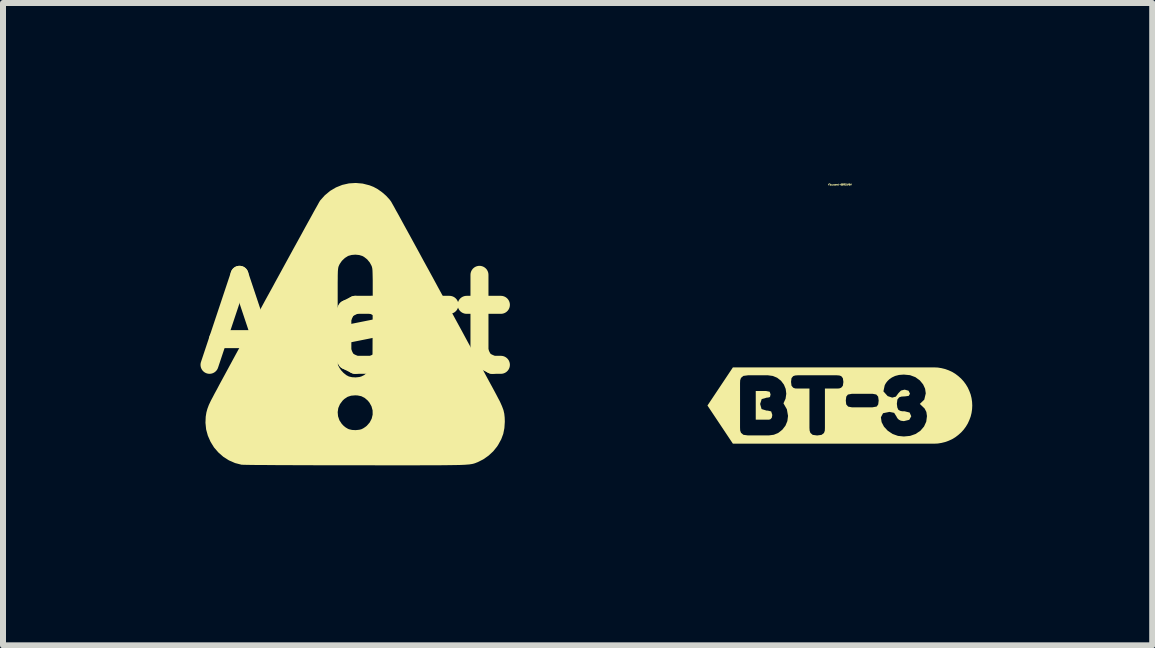
<source format=kicad_pcb>
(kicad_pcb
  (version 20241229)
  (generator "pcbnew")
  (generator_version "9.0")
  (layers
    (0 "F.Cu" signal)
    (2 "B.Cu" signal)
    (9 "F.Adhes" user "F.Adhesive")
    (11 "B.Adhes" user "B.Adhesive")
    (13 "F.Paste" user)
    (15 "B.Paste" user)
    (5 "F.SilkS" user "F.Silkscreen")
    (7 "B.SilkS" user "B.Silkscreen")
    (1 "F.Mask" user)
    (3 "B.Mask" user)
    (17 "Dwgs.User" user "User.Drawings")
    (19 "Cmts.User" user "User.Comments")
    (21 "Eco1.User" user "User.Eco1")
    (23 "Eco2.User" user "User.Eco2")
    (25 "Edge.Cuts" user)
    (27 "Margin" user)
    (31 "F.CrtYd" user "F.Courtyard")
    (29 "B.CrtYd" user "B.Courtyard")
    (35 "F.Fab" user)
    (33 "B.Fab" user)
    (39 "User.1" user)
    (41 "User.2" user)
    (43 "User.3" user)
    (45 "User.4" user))
  (footprint "Alert"
    (layer "F.Cu")
    (at 2.871 2.353)
    (property "Reference" "Alert" (at 0 0 180) (layer "F.SilkS") (effects (font (size 1.5 1.5) (thickness 0.3))))
    (attr board_only exclude_from_pos_files exclude_from_bom)
    (fp_poly (pts (xy 0.124 -2.343) (xy 0.238 -2.314) (xy 0.305 -2.288) (xy 0.375 -2.25) (xy 0.447 -2.199) (xy 0.515 -2.14) (xy 0.573 -2.077) (xy 0.596 -2.046) (xy 0.604 -2.033) (xy 0.62 -2.004) (xy 0.645 -1.96) (xy 0.677 -1.901) (xy 0.717 -1.83) (xy 0.763 -1.746) (xy 0.814 -1.652) (xy 0.872 -1.547) (xy 0.934 -1.434) (xy 1 -1.313) (xy 1.07 -1.185) (xy 1.143 -1.05) (xy 1.219 -0.912) (xy 1.297 -0.769) (xy 1.376 -0.623) (xy 1.456 -0.476) (xy 1.537 -0.328) (xy 1.617 -0.181) (xy 1.697 -0.034) (xy 1.775 0.109) (xy 1.851 0.25) (xy 1.925 0.386) (xy 1.996 0.516) (xy 2.063 0.64) (xy 2.126 0.757) (xy 2.184 0.865) (xy 2.237 0.963) (xy 2.285 1.051) (xy 2.326 1.127) (xy 2.36 1.191) (xy 2.386 1.241) (xy 2.405 1.276) (xy 2.414 1.294) (xy 2.447 1.368) (xy 2.471 1.432) (xy 2.485 1.493) (xy 2.492 1.558) (xy 2.494 1.627) (xy 2.487 1.733) (xy 2.468 1.829) (xy 2.434 1.92) (xy 2.384 2.011) (xy 2.364 2.042) (xy 2.3 2.121) (xy 2.222 2.193) (xy 2.135 2.254) (xy 2.044 2.3) (xy 2.039 2.302) (xy 2.023 2.308) (xy 2.009 2.314) (xy 1.995 2.319) (xy 1.98 2.324) (xy 1.964 2.328) (xy 1.946 2.332) (xy 1.925 2.335) (xy 1.9 2.339) (xy 1.87 2.341) (xy 1.835 2.344) (xy 1.793 2.346) (xy 1.743 2.348) (xy 1.686 2.349) (xy 1.619 2.35) (xy 1.543 2.351) (xy 1.456 2.352) (xy 1.357 2.353) (xy 1.246 2.353) (xy 1.121 2.353) (xy 0.982 2.354) (xy 0.828 2.354) (xy 0.658 2.354) (xy 0.472 2.354) (xy 0.268 2.353) (xy 0.045 2.353) (xy -0.008 2.353) (xy -0.197 2.353) (xy -0.381 2.353) (xy -0.559 2.353) (xy -0.73 2.352) (xy -0.893 2.352) (xy -1.048 2.351) (xy -1.193 2.351) (xy -1.327 2.35) (xy -1.449 2.349) (xy -1.559 2.348) (xy -1.654 2.348) (xy -1.736 2.347) (xy -1.801 2.346) (xy -1.85 2.345) (xy -1.881 2.344) (xy -1.893 2.344) (xy -2.002 2.316) (xy -2.105 2.271) (xy -2.198 2.212) (xy -2.281 2.139) (xy -2.353 2.056) (xy -2.411 1.962) (xy -2.456 1.861) (xy -2.485 1.755) (xy -2.496 1.644) (xy -2.492 1.544) (xy -2.481 1.475) (xy -2.479 1.467) (xy -0.292 1.467) (xy -0.286 1.536) (xy -0.263 1.603) (xy -0.223 1.664) (xy -0.193 1.695) (xy -0.161 1.721) (xy -0.126 1.742) (xy -0.105 1.752) (xy -0.052 1.764) (xy 0.008 1.767) (xy 0.067 1.761) (xy 0.101 1.753) (xy 0.134 1.737) (xy 0.17 1.713) (xy 0.193 1.695) (xy 0.242 1.639) (xy 0.275 1.575) (xy 0.291 1.508) (xy 0.29 1.438) (xy 0.272 1.371) (xy 0.237 1.308) (xy 0.209 1.274) (xy 0.158 1.23) (xy 0.103 1.202) (xy 0.041 1.189) (xy 0 1.187) (xy -0.069 1.193) (xy -0.127 1.212) (xy -0.18 1.247) (xy -0.209 1.274) (xy -0.254 1.334) (xy -0.282 1.399) (xy -0.292 1.467) (xy -2.479 1.467) (xy -2.464 1.412) (xy -2.44 1.348) (xy -2.408 1.28) (xy -2.394 1.253) (xy -2.372 1.212) (xy -2.343 1.156) (xy -2.305 1.087) (xy -2.262 1.005) (xy -2.212 0.913) (xy -2.156 0.81) (xy -2.096 0.699) (xy -2.031 0.579) (xy -1.962 0.452) (xy -1.889 0.319) (xy -1.814 0.181) (xy -1.737 0.039) (xy -1.658 -0.105) (xy -1.578 -0.252) (xy -1.498 -0.4) (xy -1.417 -0.547) (xy -1.374 -0.625) (xy -0.292 -0.625) (xy -0.292 -0.539) (xy -0.292 -0.438) (xy -0.292 -0.32) (xy -0.291 -0.185) (xy -0.291 -0.119) (xy -0.288 0.679) (xy -0.264 0.727) (xy -0.234 0.771) (xy -0.194 0.814) (xy -0.149 0.85) (xy -0.105 0.873) (xy -0.105 0.873) (xy -0.052 0.885) (xy 0.008 0.888) (xy 0.067 0.882) (xy 0.101 0.873) (xy 0.148 0.85) (xy 0.196 0.812) (xy 0.237 0.767) (xy 0.264 0.727) (xy 0.288 0.679) (xy 0.291 -0.119) (xy 0.291 -0.262) (xy 0.292 -0.387) (xy 0.292 -0.496) (xy 0.292 -0.589) (xy 0.292 -0.667) (xy 0.292 -0.733) (xy 0.291 -0.787) (xy 0.29 -0.831) (xy 0.289 -0.866) (xy 0.288 -0.894) (xy 0.286 -0.916) (xy 0.284 -0.932) (xy 0.281 -0.945) (xy 0.278 -0.956) (xy 0.275 -0.966) (xy 0.273 -0.971) (xy 0.243 -1.027) (xy 0.2 -1.079) (xy 0.148 -1.12) (xy 0.119 -1.136) (xy 0.066 -1.152) (xy 0.003 -1.158) (xy -0.059 -1.153) (xy -0.114 -1.138) (xy -0.119 -1.136) (xy -0.173 -1.102) (xy -0.222 -1.055) (xy -0.259 -1.001) (xy -0.273 -0.971) (xy -0.277 -0.961) (xy -0.28 -0.95) (xy -0.283 -0.938) (xy -0.285 -0.923) (xy -0.287 -0.904) (xy -0.289 -0.88) (xy -0.29 -0.848) (xy -0.291 -0.808) (xy -0.291 -0.759) (xy -0.292 -0.698) (xy -0.292 -0.625) (xy -1.374 -0.625) (xy -1.337 -0.694) (xy -1.258 -0.838) (xy -1.181 -0.979) (xy -1.106 -1.116) (xy -1.034 -1.248) (xy -0.965 -1.373) (xy -0.9 -1.491) (xy -0.84 -1.601) (xy -0.785 -1.701) (xy -0.735 -1.791) (xy -0.692 -1.87) (xy -0.655 -1.936) (xy -0.625 -1.989) (xy -0.604 -2.028) (xy -0.59 -2.051) (xy -0.587 -2.057) (xy -0.508 -2.146) (xy -0.418 -2.221) (xy -0.32 -2.279) (xy -0.215 -2.321) (xy -0.104 -2.346) (xy 0.009 -2.353)) (stroke (width 0) (type solid)) (fill yes) (layer "F.SilkS")))
  (footprint "kibuzzard-66915A6A"
    (layer "F.Cu")
    (at 10.95 3.71)
    (property "Reference" "kibuzzard-66915A6A" (at 0 -3.684 180) (layer "F.SilkS") (effects (font (size 0.025 0.025) (thickness 0.15))))
    (attr board_only exclude_from_pos_files exclude_from_bom)
    (fp_poly (pts (xy -1.402 0.236) (xy -1.198 0.236) (xy -1.177 0.235) (xy -1.155 0.227) (xy -1.134 0.202) (xy -1.126 0.157) (xy -1.145 0.098) (xy -1.205 0.084) (xy -1.223 0.084) (xy -1.305 0.059) (xy -1.329 -0.026) (xy -1.303 -0.108) (xy -1.216 -0.132) (xy -1.199 -0.132) (xy -1.165 -0.142) (xy -1.155 -0.186) (xy -1.17 -0.23) (xy -1.229 -0.242) (xy -1.402 -0.242) (xy -1.402 0.236)) (stroke (width 0) (type solid)) (fill yes) (layer "F.SilkS"))
    (fp_poly (pts (xy -1.664 -0.636) (xy -1.783 -0.636) (xy -2.207 0) (xy -1.783 0.636) (xy -1.664 0.636) (xy -1.534 0.636) (xy -1.534 0.498) (xy -1.608 0.488) (xy -1.648 0.455) (xy -1.662 0.415) (xy -1.664 0.365) (xy -1.664 -0.373) (xy -1.662 -0.421) (xy -1.648 -0.461) (xy -1.608 -0.494) (xy -1.532 -0.504) (xy -1.198 -0.504) (xy -1.117 -0.493) (xy -1.045 -0.463) (xy -0.981 -0.413) (xy -0.932 -0.348) (xy -0.903 -0.277) (xy -0.893 -0.197) (xy -0.905 -0.114) (xy -0.94 -0.037) (xy -0.883 0.063) (xy -0.864 0.173) (xy -0.875 0.259) (xy -0.907 0.336) (xy -0.959 0.403) (xy -1.026 0.456) (xy -1.1 0.487) (xy -1.183 0.498) (xy -1.534 0.498) (xy -1.534 0.636) (xy -0.379 0.636) (xy -0.379 0.499) (xy -0.453 0.489) (xy -0.491 0.457) (xy -0.504 0.418) (xy -0.507 0.371) (xy -0.507 -0.283) (xy -0.705 -0.283) (xy -0.746 -0.285) (xy -0.778 -0.297) (xy -0.806 -0.33) (xy -0.814 -0.395) (xy -0.806 -0.457) (xy -0.778 -0.49) (xy -0.745 -0.501) (xy -0.704 -0.504) (xy -0.05 -0.504) (xy -0.009 -0.501) (xy 0.023 -0.49) (xy 0.05 -0.456) (xy 0.059 -0.393) (xy 0.05 -0.33) (xy 0.022 -0.297) (xy -0.011 -0.285) (xy -0.052 -0.283) (xy -0.249 -0.283) (xy -0.249 0.372) (xy -0.251 0.42) (xy -0.265 0.458) (xy -0.305 0.489) (xy -0.379 0.499) (xy -0.379 0.636) (xy 0.542 0.636) (xy 0.542 0.03) (xy 0.202 0.03) (xy 0.138 0.018) (xy 0.106 -0.019) (xy 0.099 -0.084) (xy 0.107 -0.149) (xy 0.134 -0.183) (xy 0.203 -0.196) (xy 0.544 -0.196) (xy 0.607 -0.184) (xy 0.638 -0.149) (xy 0.647 -0.083) (xy 0.639 -0.018) (xy 0.614 0.017) (xy 0.542 0.03) (xy 0.542 0.636) (xy 1.066 0.636) (xy 1.066 0.516) (xy 0.968 0.506) (xy 0.879 0.474) (xy 0.798 0.42) (xy 0.735 0.352) (xy 0.696 0.277) (xy 0.684 0.196) (xy 0.72 0.128) (xy 0.827 0.106) (xy 0.905 0.122) (xy 0.947 0.189) (xy 0.95 0.197) (xy 0.961 0.214) (xy 0.982 0.235) (xy 1.016 0.253) (xy 1.067 0.26) (xy 1.157 0.238) (xy 1.19 0.179) (xy 1.163 0.117) (xy 1.08 0.096) (xy 1.041 0.096) (xy 1.008 0.089) (xy 0.976 0.072) (xy 0.958 0.034) (xy 0.95 -0.029) (xy 0.959 -0.1) (xy 0.989 -0.137) (xy 1.026 -0.149) (xy 1.071 -0.152) (xy 1.081 -0.152) (xy 1.148 -0.161) (xy 1.169 -0.197) (xy 1.145 -0.247) (xy 1.08 -0.265) (xy 1.019 -0.25) (xy 0.977 -0.207) (xy 0.933 -0.148) (xy 0.873 -0.132) (xy 0.797 -0.157) (xy 0.726 -0.236) (xy 0.747 -0.335) (xy 0.749 -0.34) (xy 0.757 -0.356) (xy 0.771 -0.379) (xy 0.794 -0.408) (xy 0.825 -0.438) (xy 0.868 -0.468) (xy 0.921 -0.493) (xy 0.986 -0.51) (xy 1.066 -0.516) (xy 1.17 -0.506) (xy 1.259 -0.473) (xy 1.333 -0.419) (xy 1.388 -0.352) (xy 1.421 -0.28) (xy 1.432 -0.203) (xy 1.407 -0.098) (xy 1.333 -0.027) (xy 1.413 0.05) (xy 1.442 0.107) (xy 1.452 0.176) (xy 1.44 0.269) (xy 1.403 0.35) (xy 1.343 0.42) (xy 1.263 0.474) (xy 1.171 0.506) (xy 1.066 0.516) (xy 1.066 0.636) (xy 1.452 0.636) (xy 1.571 0.636) (xy 1.634 0.633) (xy 1.695 0.623) (xy 1.756 0.608) (xy 1.814 0.587) (xy 1.871 0.561) (xy 1.924 0.529) (xy 1.974 0.491) (xy 2.021 0.449) (xy 2.063 0.403) (xy 2.1 0.353) (xy 2.132 0.3) (xy 2.158 0.243) (xy 2.18 0.185) (xy 2.195 0.124) (xy 2.204 0.062) (xy 2.207 0) (xy 2.204 -0.062) (xy 2.195 -0.124) (xy 2.18 -0.185) (xy 2.158 -0.243) (xy 2.132 -0.3) (xy 2.1 -0.353) (xy 2.063 -0.403) (xy 2.021 -0.449) (xy 1.974 -0.491) (xy 1.924 -0.529) (xy 1.871 -0.561) (xy 1.814 -0.587) (xy 1.756 -0.608) (xy 1.695 -0.623) (xy 1.634 -0.633) (xy 1.571 -0.636) (xy 1.452 -0.636) (xy -1.664 -0.636)) (stroke (width 0) (type solid)) (fill yes) (layer "F.SilkS")))
  (gr_rect
    (start -3 -3)
    (end 16.157 7.707)
    (stroke (width 0.1) (type default))
    (fill no)
    (layer "Edge.Cuts")))
</source>
